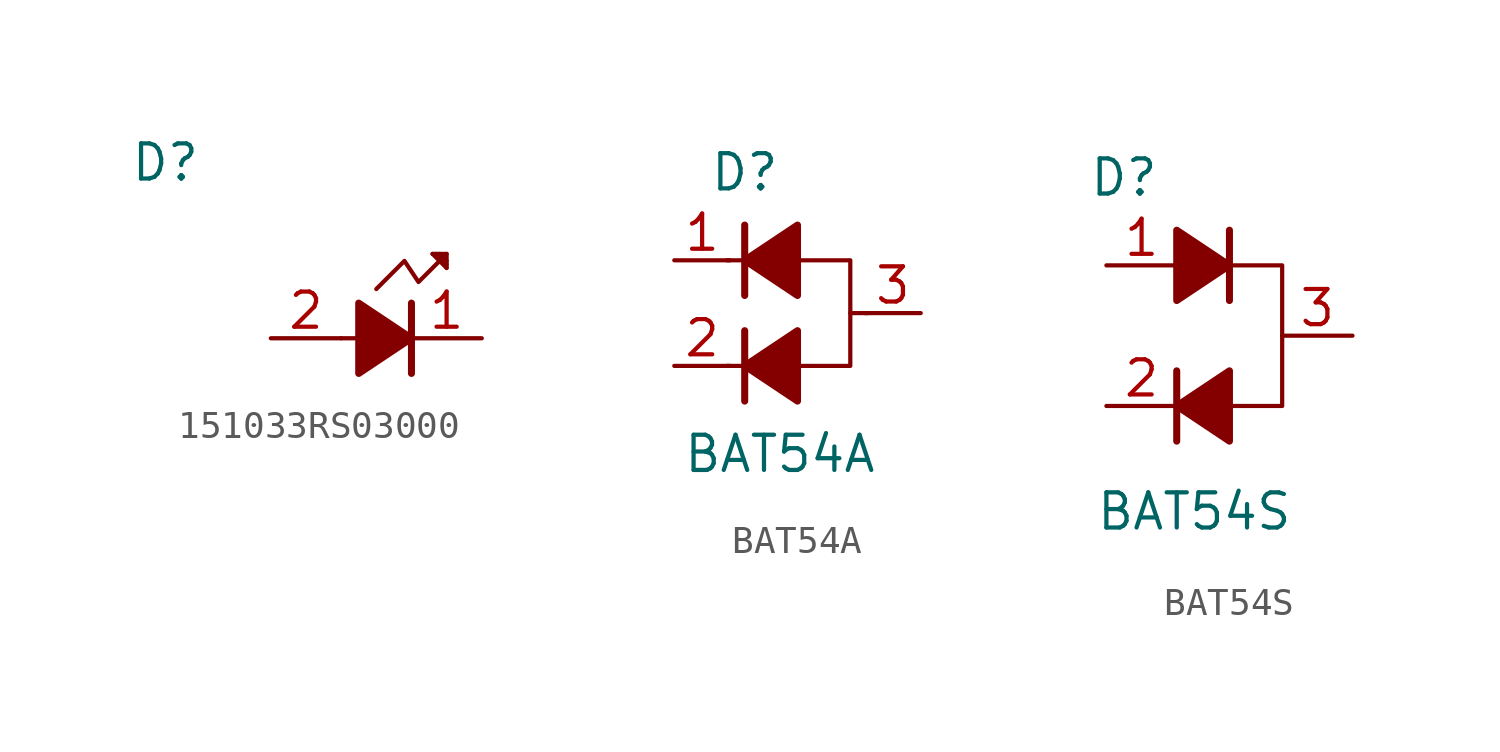
<source format=kicad_sym>
(kicad_symbol_lib
  (version 20211014)
  (generator kicad_symbol_editor)
  (symbol "151033RS03000"
    (pin_names
      (offset 1.016) hide)
    (property "Reference" "D"
      (at -6.35 6.35 0)
      (effects (font (size 1.27 1.27))))
    (symbol "151033RS03000_0_1"
      (polyline (pts (xy 0.635 0) (xy 0 0)) (stroke (width 0) (type default) (color 0 0 0 0)) (fill (type none)))
      (polyline (pts (xy 0.762 1.143) (xy 0.762 -1.016)) (stroke (width 0.254) (type default) (color 0 0 0 0)) (fill (type none)))
      (polyline (pts (xy 0.889 1.016) (xy 0.889 -0.889)) (stroke (width 0.254) (type default) (color 0 0 0 0)) (fill (type none)))
      (polyline (pts (xy 1.016 0.889) (xy 1.016 -0.762)) (stroke (width 0.254) (type default) (color 0 0 0 0)) (fill (type none)))
      (polyline (pts (xy 1.143 0.889) (xy 1.143 -0.762)) (stroke (width 0.254) (type default) (color 0 0 0 0)) (fill (type none)))
      (polyline (pts (xy 1.27 0.762) (xy 1.27 -0.635)) (stroke (width 0.254) (type default) (color 0 0 0 0)) (fill (type none)))
      (polyline (pts (xy 1.397 0.635) (xy 1.397 -0.508)) (stroke (width 0.254) (type default) (color 0 0 0 0)) (fill (type none)))
      (polyline (pts (xy 1.524 0.508) (xy 1.524 -0.508)) (stroke (width 0.254) (type default) (color 0 0 0 0)) (fill (type none)))
      (polyline (pts (xy 1.651 0.508) (xy 1.651 -0.381)) (stroke (width 0.254) (type default) (color 0 0 0 0)) (fill (type none)))
      (polyline (pts (xy 1.778 0.381) (xy 1.778 -0.254)) (stroke (width 0.254) (type default) (color 0 0 0 0)) (fill (type none)))
      (polyline (pts (xy 1.905 0.254) (xy 1.905 -0.254)) (stroke (width 0.254) (type default) (color 0 0 0 0)) (fill (type none)))
      (polyline (pts (xy 2.032 0.254) (xy 2.032 -0.127)) (stroke (width 0.254) (type default) (color 0 0 0 0)) (fill (type none)))
      (polyline (pts (xy 2.159 0) (xy 2.286 0)) (stroke (width 0.254) (type default) (color 0 0 0 0)) (fill (type none)))
      (polyline (pts (xy 2.159 0.127) (xy 2.159 -0.127)) (stroke (width 0.254) (type default) (color 0 0 0 0)) (fill (type none)))
      (polyline (pts (xy 2.54 1.27) (xy 2.54 -1.27)) (stroke (width 0.254) (type default) (color 0 0 0 0)) (fill (type none)))
      (polyline (pts (xy 3.302 3.048) (xy 3.81 2.54)) (stroke (width 0) (type default) (color 0 0 0 0)) (fill (type none)))
      (polyline (pts (xy 3.429 3.048) (xy 3.81 2.667)) (stroke (width 0) (type default) (color 0 0 0 0)) (fill (type none)))
      (polyline (pts (xy 3.556 3.048) (xy 3.81 2.794)) (stroke (width 0) (type default) (color 0 0 0 0)) (fill (type none)))
      (polyline (pts (xy 3.81 3.048) (xy 3.81 2.54)) (stroke (width 0) (type default) (color 0 0 0 0)) (fill (type none)))
      (polyline (pts (xy 2.54 0) (xy 0.635 -1.27) (xy 0.635 1.27) (xy 2.54 0)) (stroke (width 0.254) (type default) (color 0 0 0 0)) (fill (type none)))
      (polyline (pts (xy 1.27 1.778) (xy 2.286 2.794) (xy 2.794 2.032) (xy 3.81 3.048) (xy 3.302 3.048)) (stroke (width 0) (type default) (color 0 0 0 0)) (fill (type none))))
    (symbol "151033RS03000_1_1"
      (pin passive line (at 5.08 0 180) (length 2.54) (name "1" (effects (font (size 1.27 1.27)))) (number "1" (effects (font (size 1.27 1.27)))))
      (pin passive line (at -2.54 0 0) (length 2.54) (name "2" (effects (font (size 1.27 1.27)))) (number "2" (effects (font (size 1.27 1.27)))))))
  (symbol "BAT54A"
    (pin_names
      (offset 1.016) hide)
    (property "Reference" "D"
      (at 0.635 3.175 0)
      (effects (font (size 1.27 1.27))))
    (property "Value" "BAT54A"
      (at 1.905 -6.985 0)
      (effects (font (size 1.27 1.27))))
    (symbol "BAT54A_0_1"
      (polyline (pts (xy 0.635 -3.81) (xy 0 -3.81)) (stroke (width 0) (type default) (color 0 0 0 0)) (fill (type none)))
      (polyline (pts (xy 0.635 -2.54) (xy 0.635 -5.08)) (stroke (width 0.254) (type default) (color 0 0 0 0)) (fill (type none)))
      (polyline (pts (xy 0.635 0) (xy 0 0)) (stroke (width 0) (type default) (color 0 0 0 0)) (fill (type none)))
      (polyline (pts (xy 0.635 1.27) (xy 0.635 -1.27)) (stroke (width 0.254) (type default) (color 0 0 0 0)) (fill (type none)))
      (polyline (pts (xy 0.889 -3.81) (xy 1.016 -3.81)) (stroke (width 0.254) (type default) (color 0 0 0 0)) (fill (type none)))
      (polyline (pts (xy 0.889 0) (xy 1.016 0)) (stroke (width 0.254) (type default) (color 0 0 0 0)) (fill (type none)))
      (polyline (pts (xy 1.016 -3.683) (xy 1.016 -3.937)) (stroke (width 0.254) (type default) (color 0 0 0 0)) (fill (type none)))
      (polyline (pts (xy 1.016 0.127) (xy 1.016 -0.127)) (stroke (width 0.254) (type default) (color 0 0 0 0)) (fill (type none)))
      (polyline (pts (xy 1.143 -3.683) (xy 1.143 -3.937)) (stroke (width 0.254) (type default) (color 0 0 0 0)) (fill (type none)))
      (polyline (pts (xy 1.143 0.127) (xy 1.143 -0.127)) (stroke (width 0.254) (type default) (color 0 0 0 0)) (fill (type none)))
      (polyline (pts (xy 1.27 -3.556) (xy 1.27 -4.064)) (stroke (width 0.254) (type default) (color 0 0 0 0)) (fill (type none)))
      (polyline (pts (xy 1.27 0.254) (xy 1.27 -0.254)) (stroke (width 0.254) (type default) (color 0 0 0 0)) (fill (type none)))
      (polyline (pts (xy 1.397 -3.429) (xy 1.397 -4.191)) (stroke (width 0.254) (type default) (color 0 0 0 0)) (fill (type none)))
      (polyline (pts (xy 1.397 0.381) (xy 1.397 -0.381)) (stroke (width 0.254) (type default) (color 0 0 0 0)) (fill (type none)))
      (polyline (pts (xy 1.524 -3.302) (xy 1.524 -4.191)) (stroke (width 0.254) (type default) (color 0 0 0 0)) (fill (type none)))
      (polyline (pts (xy 1.524 0.508) (xy 1.524 -0.381)) (stroke (width 0.254) (type default) (color 0 0 0 0)) (fill (type none)))
      (polyline (pts (xy 1.651 -3.302) (xy 1.651 -4.318)) (stroke (width 0.254) (type default) (color 0 0 0 0)) (fill (type none)))
      (polyline (pts (xy 1.651 0.508) (xy 1.651 -0.508)) (stroke (width 0.254) (type default) (color 0 0 0 0)) (fill (type none)))
      (polyline (pts (xy 1.778 -3.175) (xy 1.778 -4.318)) (stroke (width 0.254) (type default) (color 0 0 0 0)) (fill (type none)))
      (polyline (pts (xy 1.778 0.635) (xy 1.778 -0.508)) (stroke (width 0.254) (type default) (color 0 0 0 0)) (fill (type none)))
      (polyline (pts (xy 1.905 -3.175) (xy 1.905 -4.445)) (stroke (width 0.254) (type default) (color 0 0 0 0)) (fill (type none)))
      (polyline (pts (xy 1.905 0.635) (xy 1.905 -0.635)) (stroke (width 0.254) (type default) (color 0 0 0 0)) (fill (type none)))
      (polyline (pts (xy 2.032 -3.048) (xy 2.032 -4.572)) (stroke (width 0.254) (type default) (color 0 0 0 0)) (fill (type none)))
      (polyline (pts (xy 2.032 0.762) (xy 2.032 -0.762)) (stroke (width 0.254) (type default) (color 0 0 0 0)) (fill (type none)))
      (polyline (pts (xy 2.159 -2.921) (xy 2.159 -4.699)) (stroke (width 0.254) (type default) (color 0 0 0 0)) (fill (type none)))
      (polyline (pts (xy 2.159 0.889) (xy 2.159 -0.889)) (stroke (width 0.254) (type default) (color 0 0 0 0)) (fill (type none)))
      (polyline (pts (xy 2.286 -2.794) (xy 2.286 -4.699)) (stroke (width 0.254) (type default) (color 0 0 0 0)) (fill (type none)))
      (polyline (pts (xy 2.286 1.016) (xy 2.286 -0.889)) (stroke (width 0.254) (type default) (color 0 0 0 0)) (fill (type none)))
      (polyline (pts (xy 2.413 -2.794) (xy 2.413 -4.826)) (stroke (width 0.254) (type default) (color 0 0 0 0)) (fill (type none)))
      (polyline (pts (xy 2.413 1.016) (xy 2.413 -1.016)) (stroke (width 0.254) (type default) (color 0 0 0 0)) (fill (type none)))
      (polyline (pts (xy 5.08 -1.905) (xy 4.445 -1.905)) (stroke (width 0) (type default) (color 0 0 0 0)) (fill (type none)))
      (polyline (pts (xy 0.635 -3.81) (xy 2.54 -2.54) (xy 2.54 -5.08) (xy 0.635 -3.81)) (stroke (width 0.254) (type default) (color 0 0 0 0)) (fill (type none)))
      (polyline (pts (xy 0.635 0) (xy 2.54 1.27) (xy 2.54 -1.27) (xy 0.635 0)) (stroke (width 0.254) (type default) (color 0 0 0 0)) (fill (type none)))
      (polyline (pts (xy 2.54 0) (xy 4.445 0) (xy 4.445 -3.81) (xy 2.54 -3.81)) (stroke (width 0) (type default) (color 0 0 0 0)) (fill (type none))))
    (symbol "BAT54A_1_1"
      (pin passive line (at -1.905 0 0) (length 2.007) (name "1" (effects (font (size 1.27 1.27)))) (number "1" (effects (font (size 1.27 1.27)))))
      (pin passive line (at -1.905 -3.81 0) (length 2.007) (name "2" (effects (font (size 1.27 1.27)))) (number "2" (effects (font (size 1.27 1.27)))))
      (pin passive line (at 6.985 -1.905 180) (length 2.007) (name "3" (effects (font (size 1.27 1.27)))) (number "3" (effects (font (size 1.27 1.27)))))))
  (symbol "BAT54S"
    (pin_names
      (offset 1.016) hide)
    (property "Reference" "D"
      (at -1.905 3.175 0)
      (effects (font (size 1.27 1.27))))
    (property "Value" "BAT54S"
      (at 0.635 -8.89 0)
      (effects (font (size 1.27 1.27))))
    (symbol "BAT54S_0_1"
      (polyline (pts (xy 0 -3.81) (xy 0 -6.35)) (stroke (width 0.254) (type default) (color 0 0 0 0)) (fill (type none)))
      (polyline (pts (xy 0.127 1.143) (xy 0.127 -1.016)) (stroke (width 0.254) (type default) (color 0 0 0 0)) (fill (type none)))
      (polyline (pts (xy 0.254 1.016) (xy 0.254 -0.889)) (stroke (width 0.254) (type default) (color 0 0 0 0)) (fill (type none)))
      (polyline (pts (xy 0.381 -5.08) (xy 0.254 -5.08)) (stroke (width 0.254) (type default) (color 0 0 0 0)) (fill (type none)))
      (polyline (pts (xy 0.381 -4.953) (xy 0.381 -5.207)) (stroke (width 0.254) (type default) (color 0 0 0 0)) (fill (type none)))
      (polyline (pts (xy 0.381 0.889) (xy 0.381 -0.762)) (stroke (width 0.254) (type default) (color 0 0 0 0)) (fill (type none)))
      (polyline (pts (xy 0.508 -4.826) (xy 0.508 -5.207)) (stroke (width 0.254) (type default) (color 0 0 0 0)) (fill (type none)))
      (polyline (pts (xy 0.508 0.889) (xy 0.508 -0.762)) (stroke (width 0.254) (type default) (color 0 0 0 0)) (fill (type none)))
      (polyline (pts (xy 0.635 -4.826) (xy 0.635 -5.334)) (stroke (width 0.254) (type default) (color 0 0 0 0)) (fill (type none)))
      (polyline (pts (xy 0.635 0.762) (xy 0.635 -0.635)) (stroke (width 0.254) (type default) (color 0 0 0 0)) (fill (type none)))
      (polyline (pts (xy 0.762 -4.699) (xy 0.762 -5.334)) (stroke (width 0.254) (type default) (color 0 0 0 0)) (fill (type none)))
      (polyline (pts (xy 0.762 0.635) (xy 0.762 -0.508)) (stroke (width 0.254) (type default) (color 0 0 0 0)) (fill (type none)))
      (polyline (pts (xy 0.889 -4.572) (xy 0.889 -5.461)) (stroke (width 0.254) (type default) (color 0 0 0 0)) (fill (type none)))
      (polyline (pts (xy 0.889 0.508) (xy 0.889 -0.508)) (stroke (width 0.254) (type default) (color 0 0 0 0)) (fill (type none)))
      (polyline (pts (xy 1.016 -4.572) (xy 1.016 -5.588)) (stroke (width 0.254) (type default) (color 0 0 0 0)) (fill (type none)))
      (polyline (pts (xy 1.016 0.508) (xy 1.016 -0.381)) (stroke (width 0.254) (type default) (color 0 0 0 0)) (fill (type none)))
      (polyline (pts (xy 1.143 -4.445) (xy 1.143 -5.588)) (stroke (width 0.254) (type default) (color 0 0 0 0)) (fill (type none)))
      (polyline (pts (xy 1.143 0.381) (xy 1.143 -0.254)) (stroke (width 0.254) (type default) (color 0 0 0 0)) (fill (type none)))
      (polyline (pts (xy 1.27 -4.318) (xy 1.27 -5.715)) (stroke (width 0.254) (type default) (color 0 0 0 0)) (fill (type none)))
      (polyline (pts (xy 1.27 0.254) (xy 1.27 -0.254)) (stroke (width 0.254) (type default) (color 0 0 0 0)) (fill (type none)))
      (polyline (pts (xy 1.397 -4.191) (xy 1.397 -5.842)) (stroke (width 0.254) (type default) (color 0 0 0 0)) (fill (type none)))
      (polyline (pts (xy 1.397 0.254) (xy 1.397 -0.127)) (stroke (width 0.254) (type default) (color 0 0 0 0)) (fill (type none)))
      (polyline (pts (xy 1.524 -4.191) (xy 1.524 -5.842)) (stroke (width 0.254) (type default) (color 0 0 0 0)) (fill (type none)))
      (polyline (pts (xy 1.524 0) (xy 1.651 0)) (stroke (width 0.254) (type default) (color 0 0 0 0)) (fill (type none)))
      (polyline (pts (xy 1.524 0.127) (xy 1.524 -0.127)) (stroke (width 0.254) (type default) (color 0 0 0 0)) (fill (type none)))
      (polyline (pts (xy 1.651 -4.064) (xy 1.651 -5.969)) (stroke (width 0.254) (type default) (color 0 0 0 0)) (fill (type none)))
      (polyline (pts (xy 1.778 -3.937) (xy 1.778 -6.096)) (stroke (width 0.254) (type default) (color 0 0 0 0)) (fill (type none)))
      (polyline (pts (xy 1.905 1.27) (xy 1.905 -1.27)) (stroke (width 0.254) (type default) (color 0 0 0 0)) (fill (type none)))
      (polyline (pts (xy 0 -5.08) (xy 1.905 -6.35) (xy 1.905 -3.81) (xy 0 -5.08)) (stroke (width 0.254) (type default) (color 0 0 0 0)) (fill (type none)))
      (polyline (pts (xy 1.905 0) (xy 0 -1.27) (xy 0 1.27) (xy 1.905 0)) (stroke (width 0.254) (type default) (color 0 0 0 0)) (fill (type none)))
      (polyline (pts (xy 1.27 0) (xy 3.81 0) (xy 3.81 -2.54) (xy 3.81 -5.08) (xy 1.27 -5.08)) (stroke (width 0) (type default) (color 0 0 0 0)) (fill (type none))))
    (symbol "BAT54S_1_1"
      (pin passive line (at -2.54 0 0) (length 2.54) (name "1" (effects (font (size 1.27 1.27)))) (number "1" (effects (font (size 1.27 1.27)))))
      (pin passive line (at -2.54 -5.08 0) (length 2.54) (name "2" (effects (font (size 1.27 1.27)))) (number "2" (effects (font (size 1.27 1.27)))))
      (pin passive line (at 6.35 -2.54 180) (length 2.54) (name "3" (effects (font (size 1.27 1.27)))) (number "3" (effects (font (size 1.27 1.27))))))))
</source>
